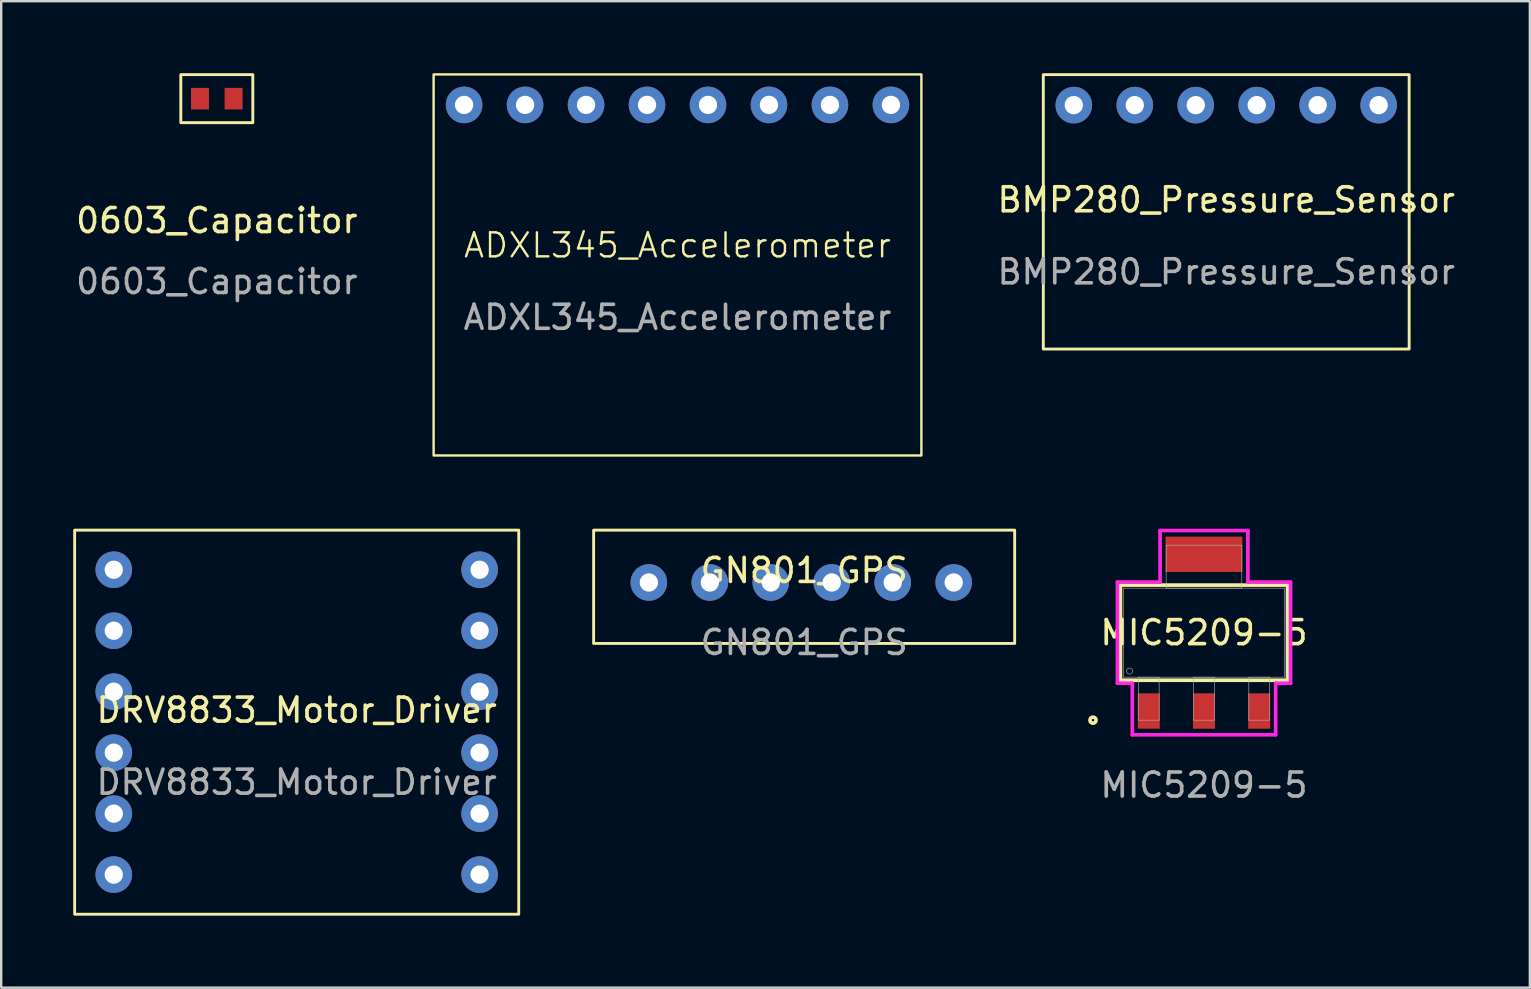
<source format=kicad_pcb>
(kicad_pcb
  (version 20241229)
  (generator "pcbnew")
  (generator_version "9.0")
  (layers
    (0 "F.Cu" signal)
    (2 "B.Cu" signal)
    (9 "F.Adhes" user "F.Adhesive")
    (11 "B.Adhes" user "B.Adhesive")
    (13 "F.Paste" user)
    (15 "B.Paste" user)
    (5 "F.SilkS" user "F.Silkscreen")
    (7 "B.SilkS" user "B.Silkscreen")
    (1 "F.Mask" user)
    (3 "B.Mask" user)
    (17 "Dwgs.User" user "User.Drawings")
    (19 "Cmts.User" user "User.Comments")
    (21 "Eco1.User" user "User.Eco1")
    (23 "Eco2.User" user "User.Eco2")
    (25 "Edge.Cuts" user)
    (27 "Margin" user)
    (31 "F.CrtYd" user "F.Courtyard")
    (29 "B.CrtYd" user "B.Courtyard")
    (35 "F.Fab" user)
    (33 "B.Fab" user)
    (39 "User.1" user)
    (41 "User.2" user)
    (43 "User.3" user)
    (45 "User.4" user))
  (footprint "0603_Capacitor"
    (layer "F.Cu")
    (at 5.982 1.06)
    (property "Reference" "0603_Capacitor" (at 0 5.08 0) (unlocked yes) (layer "F.SilkS") (effects (font (size 1 1) (thickness 0.15))))
    (attr smd)
    (fp_rect (start -1.5 -1) (end 1.5 1) (stroke (width 0.12) (type default)) (fill no) (layer "F.SilkS"))
    (fp_text user "${REFERENCE}" (at 0 7.62 0) (unlocked yes) (layer "F.Fab") (effects (font (size 1 1) (thickness 0.15))))
    (pad "1" smd rect (at -0.7 0) (size 0.75 0.9) (layers "F.Cu" "F.Mask" "F.Paste"))
    (pad "2" smd rect (at 0.7 0) (size 0.75 0.9) (layers "F.Cu" "F.Mask" "F.Paste")))
  (footprint "GN801_GPS"
    (layer "F.Cu")
    (at 30.45 21.215)
    (property "Reference" "GN801_GPS" (at 0 -0.5 0) (unlocked yes) (layer "F.SilkS") (effects (font (size 1 1) (thickness 0.15))))
    (attr through_hole)
    (fp_rect (start -8.77 -2.18) (end 8.77 2.54) (stroke (width 0.12) (type default)) (fill no) (layer "F.SilkS"))
    (fp_text user "${REFERENCE}" (at 0 2.5 0) (unlocked yes) (layer "F.Fab") (effects (font (size 1 1) (thickness 0.15))))
    (pad "0" thru_hole circle (at -6.47 0) (size 1.524 1.524) (drill 0.762) (layers "*.Cu" "*.Mask"))
    (pad "1" thru_hole circle (at -3.93 0) (size 1.524 1.524) (drill 0.762) (layers "*.Cu" "*.Mask"))
    (pad "2" thru_hole circle (at -1.39 0) (size 1.524 1.524) (drill 0.762) (layers "*.Cu" "*.Mask"))
    (pad "3" thru_hole circle (at 1.15 0) (size 1.524 1.524) (drill 0.762) (layers "*.Cu" "*.Mask"))
    (pad "4" thru_hole circle (at 3.69 0) (size 1.524 1.524) (drill 0.762) (layers "*.Cu" "*.Mask"))
    (pad "5" thru_hole circle (at 6.23 0) (size 1.524 1.524) (drill 0.762) (layers "*.Cu" "*.Mask")))
  (footprint "DRV8833_Motor_Driver"
    (layer "F.Cu")
    (at 9.31 27.035)
    (property "Reference" "DRV8833_Motor_Driver" (at 0 -0.5 0) (unlocked yes) (layer "F.SilkS") (effects (font (size 1 1) (thickness 0.15))))
    (attr through_hole)
    (fp_rect (start -9.25 -8) (end 9.25 8) (stroke (width 0.12) (type default)) (fill no) (layer "F.SilkS"))
    (fp_text user "${REFERENCE}" (at 0 2.5 0) (unlocked yes) (layer "F.Fab") (effects (font (size 1 1) (thickness 0.15))))
    (pad "0" thru_hole circle (at -7.62 -6.35) (size 1.524 1.524) (drill 0.762) (layers "*.Cu" "*.Mask"))
    (pad "1" thru_hole circle (at -7.62 -3.81) (size 1.524 1.524) (drill 0.762) (layers "*.Cu" "*.Mask"))
    (pad "2" thru_hole circle (at -7.62 -1.27) (size 1.524 1.524) (drill 0.762) (layers "*.Cu" "*.Mask"))
    (pad "3" thru_hole circle (at -7.62 1.27) (size 1.524 1.524) (drill 0.762) (layers "*.Cu" "*.Mask"))
    (pad "4" thru_hole circle (at -7.62 3.81) (size 1.524 1.524) (drill 0.762) (layers "*.Cu" "*.Mask"))
    (pad "5" thru_hole circle (at -7.62 6.35) (size 1.524 1.524) (drill 0.762) (layers "*.Cu" "*.Mask"))
    (pad "6" thru_hole circle (at 7.62 -6.35) (size 1.524 1.524) (drill 0.762) (layers "*.Cu" "*.Mask"))
    (pad "7" thru_hole circle (at 7.62 -3.81) (size 1.524 1.524) (drill 0.762) (layers "*.Cu" "*.Mask"))
    (pad "8" thru_hole circle (at 7.62 -1.27) (size 1.524 1.524) (drill 0.762) (layers "*.Cu" "*.Mask"))
    (pad "9" thru_hole circle (at 7.62 1.27) (size 1.524 1.524) (drill 0.762) (layers "*.Cu" "*.Mask"))
    (pad "10" thru_hole circle (at 7.62 3.81) (size 1.524 1.524) (drill 0.762) (layers "*.Cu" "*.Mask"))
    (pad "11" thru_hole circle (at 7.62 6.35) (size 1.524 1.524) (drill 0.762) (layers "*.Cu" "*.Mask")))
  (footprint "ADXL345_Accelerometer"
    (layer "F.Cu")
    (at 25.174 7.67)
    (property "Reference" "ADXL345_Accelerometer" (at 0 -0.5 0) (unlocked yes) (layer "F.SilkS") (effects (font (size 1 1) (thickness 0.1))))
    (attr through_hole)
    (fp_rect (start -10.16 -7.62) (end 10.16 8.255) (stroke (width 0.1) (type default)) (fill no) (layer "F.SilkS"))
    (fp_text user "${REFERENCE}" (at 0 2.5 0) (unlocked yes) (layer "F.Fab") (effects (font (size 1 1) (thickness 0.15))))
    (pad "0" thru_hole circle (at 8.89 -6.35) (size 1.524 1.524) (drill 0.762) (layers "*.Cu" "*.Mask"))
    (pad "1" thru_hole circle (at 6.35 -6.35) (size 1.524 1.524) (drill 0.762) (layers "*.Cu" "*.Mask"))
    (pad "2" thru_hole circle (at 3.81 -6.35) (size 1.524 1.524) (drill 0.762) (layers "*.Cu" "*.Mask"))
    (pad "3" thru_hole circle (at 1.27 -6.35) (size 1.524 1.524) (drill 0.762) (layers "*.Cu" "*.Mask"))
    (pad "4" thru_hole circle (at -1.27 -6.35) (size 1.524 1.524) (drill 0.762) (layers "*.Cu" "*.Mask"))
    (pad "5" thru_hole circle (at -3.81 -6.35) (size 1.524 1.524) (drill 0.762) (layers "*.Cu" "*.Mask"))
    (pad "6" thru_hole circle (at -6.35 -6.35) (size 1.524 1.524) (drill 0.762) (layers "*.Cu" "*.Mask"))
    (pad "7" thru_hole circle (at -8.89 -6.35) (size 1.524 1.524) (drill 0.762) (layers "*.Cu" "*.Mask")))
  (footprint "MIC5209-5"
    (layer "F.Cu")
    (at 47.106 23.306)
    (property "Reference" "MIC5209-5" (at 0 0 0) (unlocked yes) (layer "F.SilkS") (effects (font (size 1 1) (thickness 0.15))))
    (attr smd)
    (fp_line (start -3.48 -1.981) (end -3.48 1.981) (stroke (width 0.152) (type solid)) (layer "F.SilkS"))
    (fp_line (start -3.48 1.981) (end 3.48 1.981) (stroke (width 0.152) (type solid)) (layer "F.SilkS"))
    (fp_line (start 3.48 -1.981) (end -3.48 -1.981) (stroke (width 0.152) (type solid)) (layer "F.SilkS"))
    (fp_line (start 3.48 1.981) (end 3.48 -1.981) (stroke (width 0.152) (type solid)) (layer "F.SilkS"))
    (fp_circle (center -4.623 3.645) (end -4.496 3.645) (stroke (width 0.152) (type solid)) (fill no) (layer "F.SilkS"))
    (fp_line (start -3.607 -2.108) (end -1.829 -2.108) (stroke (width 0.152) (type solid)) (layer "F.CrtYd"))
    (fp_line (start -3.607 2.108) (end -3.607 -2.108) (stroke (width 0.152) (type solid)) (layer "F.CrtYd"))
    (fp_line (start -2.986 2.108) (end -3.607 2.108) (stroke (width 0.152) (type solid)) (layer "F.CrtYd"))
    (fp_line (start -2.986 4.255) (end -2.986 2.108) (stroke (width 0.152) (type solid)) (layer "F.CrtYd"))
    (fp_line (start -1.829 -4.255) (end 1.829 -4.255) (stroke (width 0.152) (type solid)) (layer "F.CrtYd"))
    (fp_line (start -1.829 -2.108) (end -1.829 -4.255) (stroke (width 0.152) (type solid)) (layer "F.CrtYd"))
    (fp_line (start 1.829 -4.255) (end 1.829 -2.108) (stroke (width 0.152) (type solid)) (layer "F.CrtYd"))
    (fp_line (start 1.829 -2.108) (end 3.607 -2.108) (stroke (width 0.152) (type solid)) (layer "F.CrtYd"))
    (fp_line (start 2.986 2.108) (end 2.986 4.255) (stroke (width 0.152) (type solid)) (layer "F.CrtYd"))
    (fp_line (start 2.986 4.255) (end -2.986 4.255) (stroke (width 0.152) (type solid)) (layer "F.CrtYd"))
    (fp_line (start 3.607 -2.108) (end 3.607 2.108) (stroke (width 0.152) (type solid)) (layer "F.CrtYd"))
    (fp_line (start 3.607 2.108) (end 2.986 2.108) (stroke (width 0.152) (type solid)) (layer "F.CrtYd"))
    (fp_line (start -3.353 -1.854) (end -3.353 1.854) (stroke (width 0.025) (type solid)) (layer "F.Fab"))
    (fp_line (start -3.353 1.854) (end 3.353 1.854) (stroke (width 0.025) (type solid)) (layer "F.Fab"))
    (fp_line (start -2.732 1.854) (end -2.732 3.645) (stroke (width 0.025) (type solid)) (layer "F.Fab"))
    (fp_line (start -2.732 3.645) (end -1.868 3.645) (stroke (width 0.025) (type solid)) (layer "F.Fab"))
    (fp_line (start -1.868 1.854) (end -2.732 1.854) (stroke (width 0.025) (type solid)) (layer "F.Fab"))
    (fp_line (start -1.868 3.645) (end -1.868 1.854) (stroke (width 0.025) (type solid)) (layer "F.Fab"))
    (fp_line (start -1.575 -3.645) (end -1.575 -1.854) (stroke (width 0.025) (type solid)) (layer "F.Fab"))
    (fp_line (start -1.575 -1.854) (end 1.575 -1.854) (stroke (width 0.025) (type solid)) (layer "F.Fab"))
    (fp_line (start -0.432 1.854) (end -0.432 3.645) (stroke (width 0.025) (type solid)) (layer "F.Fab"))
    (fp_line (start -0.432 3.645) (end 0.432 3.645) (stroke (width 0.025) (type solid)) (layer "F.Fab"))
    (fp_line (start 0.432 1.854) (end -0.432 1.854) (stroke (width 0.025) (type solid)) (layer "F.Fab"))
    (fp_line (start 0.432 3.645) (end 0.432 1.854) (stroke (width 0.025) (type solid)) (layer "F.Fab"))
    (fp_line (start 1.575 -3.645) (end -1.575 -3.645) (stroke (width 0.025) (type solid)) (layer "F.Fab"))
    (fp_line (start 1.575 -1.854) (end 1.575 -3.645) (stroke (width 0.025) (type solid)) (layer "F.Fab"))
    (fp_line (start 1.868 1.854) (end 1.868 3.645) (stroke (width 0.025) (type solid)) (layer "F.Fab"))
    (fp_line (start 1.868 3.645) (end 2.732 3.645) (stroke (width 0.025) (type solid)) (layer "F.Fab"))
    (fp_line (start 2.732 1.854) (end 1.868 1.854) (stroke (width 0.025) (type solid)) (layer "F.Fab"))
    (fp_line (start 2.732 3.645) (end 2.732 1.854) (stroke (width 0.025) (type solid)) (layer "F.Fab"))
    (fp_line (start 3.353 -1.854) (end -3.353 -1.854) (stroke (width 0.025) (type solid)) (layer "F.Fab"))
    (fp_line (start 3.353 1.854) (end 3.353 -1.854) (stroke (width 0.025) (type solid)) (layer "F.Fab"))
    (fp_circle (center -3.099 1.6) (end -2.972 1.6) (stroke (width 0.025) (type solid)) (fill no) (layer "F.Fab"))
    (fp_text user "${REFERENCE}" (at 0 6.35 0) (unlocked yes) (layer "F.Fab") (effects (font (size 1 1) (thickness 0.15))))
    (pad "1" smd rect (at -2.3 3.264) (size 0.914 1.473) (layers "F.Cu" "F.Mask" "F.Paste"))
    (pad "2" smd rect (at 0 3.264) (size 0.914 1.473) (layers "F.Cu" "F.Mask" "F.Paste"))
    (pad "3" smd rect (at 2.3 3.264) (size 0.914 1.473) (layers "F.Cu" "F.Mask" "F.Paste"))
    (pad "4" smd rect (at 0 -3.264) (size 3.2 1.473) (layers "F.Cu" "F.Mask" "F.Paste")))
  (footprint "BMP280_Pressure_Sensor"
    (layer "F.Cu")
    (at 48.033 5.775)
    (property "Reference" "BMP280_Pressure_Sensor" (at 0 -0.5 0) (unlocked yes) (layer "F.SilkS") (effects (font (size 1 1) (thickness 0.15))))
    (attr through_hole)
    (fp_rect (start -7.62 -5.715) (end 7.62 5.715) (stroke (width 0.12) (type default)) (fill no) (layer "F.SilkS"))
    (fp_text user "${REFERENCE}" (at 0 2.5 0) (unlocked yes) (layer "F.Fab") (effects (font (size 1 1) (thickness 0.15))))
    (pad "0" thru_hole circle (at 6.35 -4.445) (size 1.524 1.524) (drill 0.762) (layers "*.Cu" "*.Mask"))
    (pad "1" thru_hole circle (at 3.81 -4.445) (size 1.524 1.524) (drill 0.762) (layers "*.Cu" "*.Mask"))
    (pad "2" thru_hole circle (at 1.27 -4.445) (size 1.524 1.524) (drill 0.762) (layers "*.Cu" "*.Mask"))
    (pad "3" thru_hole circle (at -1.27 -4.445) (size 1.524 1.524) (drill 0.762) (layers "*.Cu" "*.Mask"))
    (pad "4" thru_hole circle (at -3.81 -4.445) (size 1.524 1.524) (drill 0.762) (layers "*.Cu" "*.Mask"))
    (pad "5" thru_hole circle (at -6.35 -4.445) (size 1.524 1.524) (drill 0.762) (layers "*.Cu" "*.Mask")))
  (gr_rect
    (start -3 -3)
    (end 60.682 38.095)
    (stroke (width 0.1) (type default))
    (fill no)
    (layer "Edge.Cuts")))
</source>
